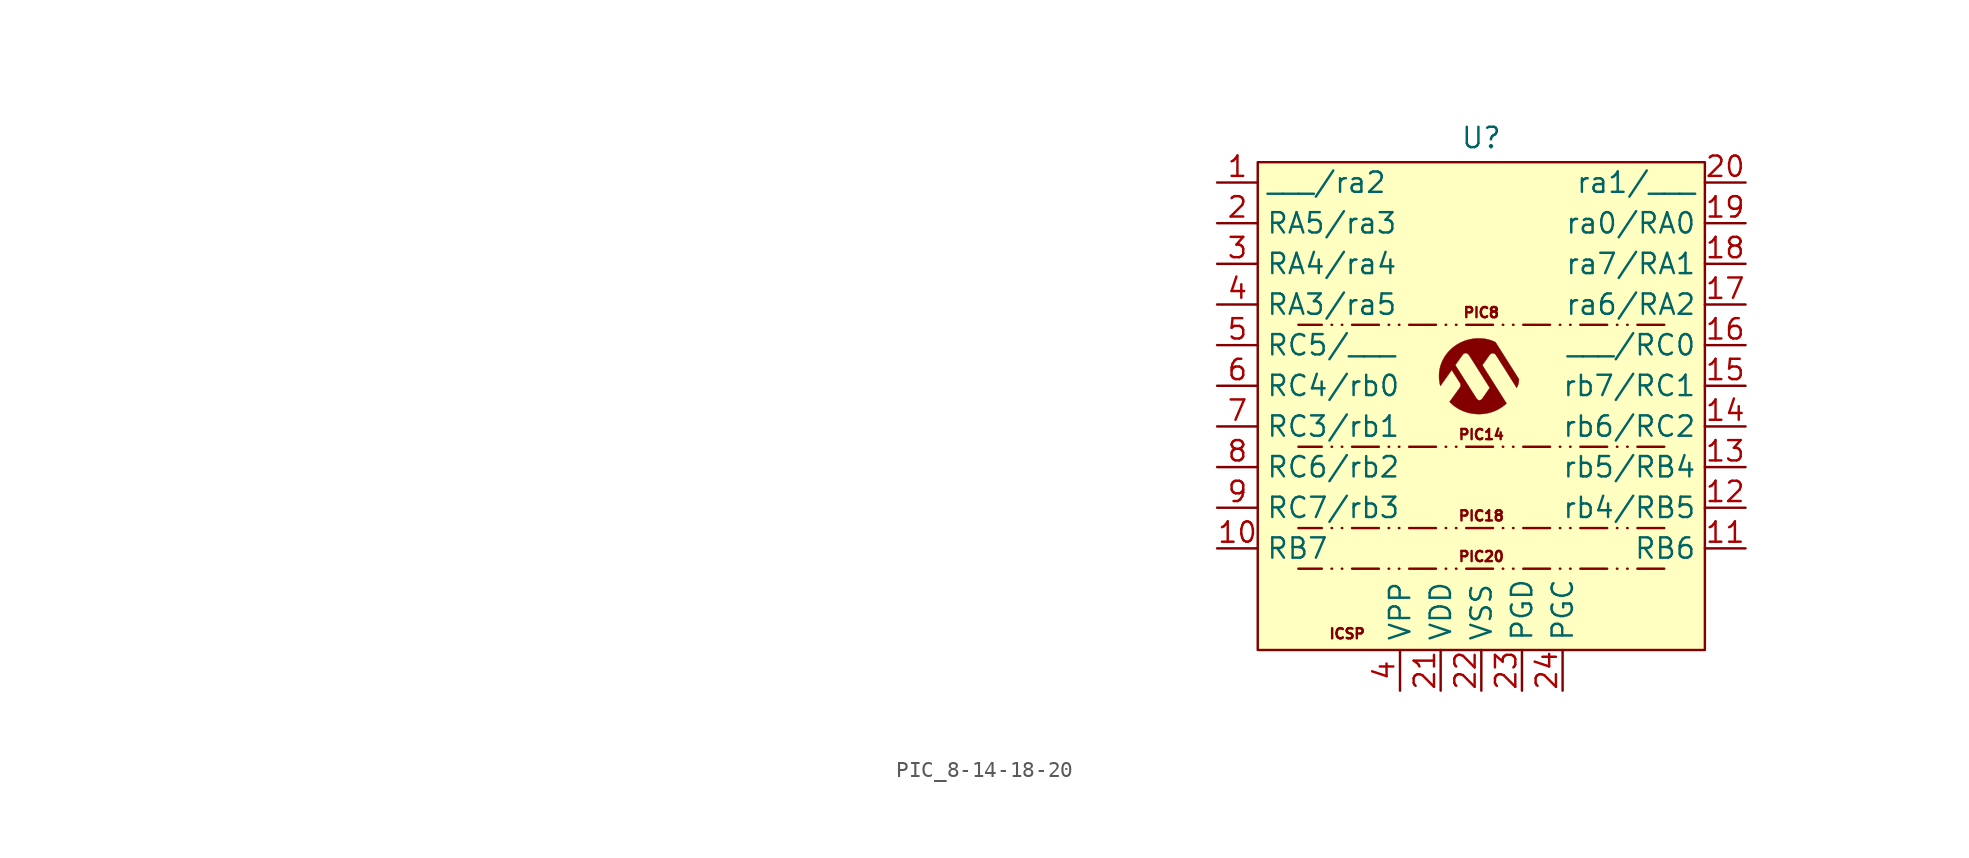
<source format=kicad_sym>
(kicad_symbol_lib
  (version 20241209)
  (generator "kicad_symbol_editor")
  (generator_version "9.0")
  (symbol "PIC_8-14-18-20"
    (property "Reference" "U"
      (at 0 10.414 0)
      (effects (font (size 1.27 1.27))))
    (property "Value" ""
      (at -78.74 -17.78 0)
      (effects (font (size 1.27 1.27))))
    (symbol "PIC_8-14-18-20_0_0"
      (polyline (pts (xy -0.028 -6.847) (xy 0.077 -6.84) (xy 0.179 -6.83) (xy 0.186 -6.829) (xy 0.311 -6.81) (xy 0.434 -6.785) (xy 0.556 -6.754) (xy 0.675 -6.717) (xy 0.792 -6.675) (xy 0.906 -6.626) (xy 1.019 -6.572) (xy 1.128 -6.512) (xy 1.235 -6.447) (xy 1.338 -6.376) (xy 1.439 -6.299) (xy 1.448 -6.292) (xy 1.463 -6.279) (xy 1.479 -6.266) (xy 1.496 -6.252) (xy 1.513 -6.237) (xy 1.529 -6.223) (xy 1.543 -6.21) (xy 1.556 -6.199) (xy 1.566 -6.19) (xy 1.573 -6.184) (xy 1.575 -6.181) (xy 1.574 -6.179) (xy 1.571 -6.174) (xy 1.569 -6.173) (xy 1.565 -6.166) (xy 1.558 -6.155) (xy 1.548 -6.14) (xy 1.537 -6.122) (xy 1.524 -6.101) (xy 1.509 -6.078) (xy 1.494 -6.054) (xy 1.479 -6.031) (xy 1.458 -5.998) (xy 1.436 -5.962) (xy 1.412 -5.925) (xy 1.389 -5.889) (xy 1.368 -5.855) (xy 1.349 -5.824) (xy 1.335 -5.802) (xy 1.314 -5.77) (xy 1.292 -5.735) (xy 1.27 -5.7) (xy 1.248 -5.665) (xy 1.228 -5.633) (xy 1.21 -5.605) (xy 1.209 -5.603) (xy 1.195 -5.581) (xy 1.178 -5.555) (xy 1.159 -5.524) (xy 1.138 -5.491) (xy 1.116 -5.456) (xy 1.093 -5.42) (xy 1.07 -5.383) (xy 1.047 -5.347) (xy 1.025 -5.312) (xy 1.006 -5.284) (xy 0.982 -5.245) (xy 0.956 -5.204) (xy 0.93 -5.162) (xy 0.903 -5.12) (xy 0.878 -5.08) (xy 0.854 -5.042) (xy 0.831 -5.006) (xy 0.812 -4.976) (xy 0.792 -4.944) (xy 0.768 -4.907) (xy 0.743 -4.867) (xy 0.716 -4.825) (xy 0.69 -4.783) (xy 0.664 -4.742) (xy 0.639 -4.703) (xy 0.617 -4.668) (xy 0.616 -4.666) (xy 0.594 -4.631) (xy 0.571 -4.594) (xy 0.546 -4.555) (xy 0.521 -4.516) (xy 0.496 -4.477) (xy 0.473 -4.44) (xy 0.452 -4.407) (xy 0.433 -4.377) (xy 0.418 -4.354) (xy 0.4 -4.325) (xy 0.379 -4.292) (xy 0.357 -4.256) (xy 0.333 -4.218) (xy 0.307 -4.178) (xy 0.282 -4.138) (xy 0.256 -4.097) (xy 0.231 -4.057) (xy 0.207 -4.019) (xy 0.064 -3.793) (xy 0.134 -3.695) (xy 0.182 -3.628) (xy 0.227 -3.565) (xy 0.268 -3.506) (xy 0.308 -3.451) (xy 0.345 -3.398) (xy 0.38 -3.348) (xy 0.415 -3.299) (xy 0.448 -3.252) (xy 0.455 -3.243) (xy 0.47 -3.221) (xy 0.485 -3.2) (xy 0.499 -3.181) (xy 0.512 -3.164) (xy 0.522 -3.152) (xy 0.529 -3.143) (xy 0.557 -3.113) (xy 0.588 -3.087) (xy 0.62 -3.067) (xy 0.652 -3.053) (xy 0.684 -3.044) (xy 0.716 -3.042) (xy 0.748 -3.046) (xy 0.748 -3.046) (xy 0.77 -3.053) (xy 0.793 -3.062) (xy 0.817 -3.074) (xy 0.837 -3.087) (xy 0.847 -3.095) (xy 0.864 -3.11) (xy 0.881 -3.127) (xy 0.899 -3.145) (xy 0.914 -3.163) (xy 0.915 -3.165) (xy 0.918 -3.169) (xy 0.922 -3.175) (xy 0.927 -3.182) (xy 0.934 -3.191) (xy 0.941 -3.202) (xy 0.949 -3.215) (xy 0.959 -3.23) (xy 0.971 -3.247) (xy 0.983 -3.267) (xy 0.998 -3.289) (xy 1.014 -3.314) (xy 1.032 -3.342) (xy 1.051 -3.373) (xy 1.073 -3.408) (xy 1.097 -3.445) (xy 1.123 -3.486) (xy 1.151 -3.53) (xy 1.182 -3.579) (xy 1.215 -3.631) (xy 1.25 -3.687) (xy 1.289 -3.747) (xy 1.329 -3.812) (xy 1.373 -3.881) (xy 1.42 -3.955) (xy 1.47 -4.034) (xy 1.522 -4.117) (xy 1.578 -4.206) (xy 1.637 -4.299) (xy 1.671 -4.353) (xy 1.722 -4.434) (xy 1.77 -4.51) (xy 1.815 -4.58) (xy 1.856 -4.646) (xy 1.895 -4.707) (xy 1.931 -4.764) (xy 1.964 -4.817) (xy 1.994 -4.865) (xy 2.022 -4.909) (xy 2.048 -4.949) (xy 2.071 -4.986) (xy 2.092 -5.019) (xy 2.11 -5.049) (xy 2.127 -5.075) (xy 2.141 -5.098) (xy 2.154 -5.119) (xy 2.165 -5.136) (xy 2.174 -5.151) (xy 2.182 -5.163) (xy 2.188 -5.173) (xy 2.193 -5.18) (xy 2.202 -5.194) (xy 2.209 -5.205) (xy 2.214 -5.21) (xy 2.216 -5.21) (xy 2.217 -5.206) (xy 2.221 -5.197) (xy 2.227 -5.184) (xy 2.234 -5.168) (xy 2.242 -5.148) (xy 2.251 -5.128) (xy 2.252 -5.127) (xy 2.266 -5.093) (xy 2.279 -5.064) (xy 2.289 -5.039) (xy 2.297 -5.017) (xy 2.304 -4.998) (xy 2.311 -4.979) (xy 2.316 -4.961) (xy 2.319 -4.95) (xy 2.331 -4.9) (xy 2.34 -4.845) (xy 2.347 -4.785) (xy 2.352 -4.72) (xy 2.354 -4.671) (xy 2.34 -4.649) (xy 2.338 -4.647) (xy 2.333 -4.639) (xy 2.325 -4.627) (xy 2.315 -4.61) (xy 2.302 -4.59) (xy 2.287 -4.567) (xy 2.271 -4.541) (xy 2.253 -4.513) (xy 2.234 -4.483) (xy 2.215 -4.453) (xy 2.195 -4.422) (xy 2.176 -4.391) (xy 2.157 -4.361) (xy 2.138 -4.332) (xy 2.121 -4.304) (xy 2.105 -4.279) (xy 2.09 -4.256) (xy 2.078 -4.236) (xy 2.071 -4.225) (xy 2.058 -4.205) (xy 2.045 -4.184) (xy 2.031 -4.162) (xy 2.018 -4.141) (xy 2.01 -4.128) (xy 1.998 -4.111) (xy 1.985 -4.089) (xy 1.969 -4.064) (xy 1.952 -4.038) (xy 1.934 -4.009) (xy 1.916 -3.981) (xy 1.898 -3.952) (xy 1.886 -3.934) (xy 1.872 -3.911) (xy 1.857 -3.888) (xy 1.843 -3.865) (xy 1.828 -3.842) (xy 1.813 -3.818) (xy 1.797 -3.793) (xy 1.78 -3.766) (xy 1.762 -3.737) (xy 1.742 -3.706) (xy 1.721 -3.672) (xy 1.697 -3.635) (xy 1.671 -3.593) (xy 1.642 -3.548) (xy 1.61 -3.498) (xy 1.576 -3.444) (xy 1.575 -3.443) (xy 1.558 -3.416) (xy 1.54 -3.388) (xy 1.522 -3.36) (xy 1.505 -3.333) (xy 1.49 -3.308) (xy 1.476 -3.286) (xy 1.465 -3.268) (xy 1.463 -3.266) (xy 1.454 -3.252) (xy 1.442 -3.233) (xy 1.428 -3.21) (xy 1.411 -3.184) (xy 1.393 -3.155) (xy 1.373 -3.123) (xy 1.351 -3.089) (xy 1.329 -3.054) (xy 1.307 -3.019) (xy 1.284 -2.983) (xy 1.261 -2.947) (xy 1.225 -2.89) (xy 1.192 -2.837) (xy 1.161 -2.789) (xy 1.133 -2.745) (xy 1.108 -2.706) (xy 1.086 -2.67) (xy 1.065 -2.637) (xy 1.046 -2.608) (xy 1.03 -2.581) (xy 1.014 -2.557) (xy 1.001 -2.535) (xy 0.988 -2.515) (xy 0.977 -2.497) (xy 0.966 -2.481) (xy 0.956 -2.465) (xy 0.947 -2.45) (xy 0.938 -2.436) (xy 0.934 -2.43) (xy 0.922 -2.411) (xy 0.91 -2.393) (xy 0.9 -2.377) (xy 0.892 -2.365) (xy 0.887 -2.357) (xy 0.884 -2.353) (xy 0.884 -2.353) (xy 0.879 -2.349) (xy 0.868 -2.344) (xy 0.853 -2.337) (xy 0.834 -2.328) (xy 0.813 -2.319) (xy 0.789 -2.309) (xy 0.763 -2.298) (xy 0.737 -2.287) (xy 0.711 -2.277) (xy 0.685 -2.267) (xy 0.661 -2.257) (xy 0.638 -2.249) (xy 0.619 -2.242) (xy 0.608 -2.238) (xy 0.586 -2.231) (xy 0.561 -2.223) (xy 0.534 -2.215) (xy 0.507 -2.207) (xy 0.481 -2.199) (xy 0.459 -2.193) (xy 0.44 -2.188) (xy 0.437 -2.187) (xy 0.399 -2.178) (xy 0.356 -2.169) (xy 0.31 -2.16) (xy 0.263 -2.152) (xy 0.216 -2.144) (xy 0.17 -2.138) (xy 0.129 -2.133) (xy 0.119 -2.132) (xy 0.093 -2.129) (xy 0.07 -2.127) (xy 0.049 -2.125) (xy 0.028 -2.124) (xy 0.008 -2.123) (xy -0.013 -2.122) (xy -0.037 -2.121) (xy -0.062 -2.121) (xy -0.092 -2.12) (xy -0.126 -2.12) (xy -0.165 -2.12) (xy -0.185 -2.12) (xy -0.22 -2.12) (xy -0.25 -2.12) (xy -0.275 -2.121) (xy -0.297 -2.121) (xy -0.316 -2.122) (xy -0.333 -2.122) (xy -0.349 -2.123) (xy -0.364 -2.124) (xy -0.38 -2.126) (xy -0.398 -2.127) (xy -0.459 -2.134) (xy -0.589 -2.153) (xy -0.715 -2.177) (xy -0.839 -2.207) (xy -0.96 -2.243) (xy -1.079 -2.284) (xy -1.195 -2.331) (xy -1.308 -2.384) (xy -1.419 -2.443) (xy -1.527 -2.507) (xy -1.577 -2.54) (xy -1.677 -2.609) (xy -1.773 -2.684) (xy -1.865 -2.763) (xy -1.953 -2.846) (xy -2.037 -2.932) (xy -2.115 -3.023) (xy -2.189 -3.116) (xy -2.257 -3.213) (xy -2.32 -3.313) (xy -2.366 -3.393) (xy -2.421 -3.501) (xy -2.47 -3.61) (xy -2.513 -3.72) (xy -2.536 -3.791) (xy -1.622 -3.791) (xy -1.621 -3.788) (xy -1.62 -3.783) (xy -1.616 -3.777) (xy -1.611 -3.768) (xy -1.603 -3.756) (xy -1.592 -3.74) (xy -1.579 -3.721) (xy -1.562 -3.697) (xy -1.553 -3.686) (xy -1.535 -3.659) (xy -1.513 -3.629) (xy -1.49 -3.597) (xy -1.466 -3.562) (xy -1.44 -3.526) (xy -1.414 -3.489) (xy -1.388 -3.452) (xy -1.362 -3.416) (xy -1.337 -3.38) (xy -1.313 -3.347) (xy -1.292 -3.316) (xy -1.272 -3.288) (xy -1.255 -3.265) (xy -1.242 -3.245) (xy -1.236 -3.238) (xy -1.217 -3.21) (xy -1.2 -3.187) (xy -1.186 -3.167) (xy -1.173 -3.151) (xy -1.163 -3.138) (xy -1.153 -3.126) (xy -1.143 -3.116) (xy -1.134 -3.107) (xy -1.124 -3.099) (xy -1.113 -3.09) (xy -1.084 -3.069) (xy -1.052 -3.051) (xy -1.02 -3.04) (xy -0.987 -3.036) (xy -0.954 -3.037) (xy -0.921 -3.045) (xy -0.888 -3.059) (xy -0.885 -3.06) (xy -0.862 -3.074) (xy -0.837 -3.093) (xy -0.812 -3.116) (xy -0.788 -3.141) (xy -0.767 -3.166) (xy -0.767 -3.167) (xy -0.762 -3.174) (xy -0.754 -3.186) (xy -0.743 -3.203) (xy -0.729 -3.224) (xy -0.712 -3.252) (xy -0.691 -3.283) (xy -0.668 -3.321) (xy -0.641 -3.363) (xy -0.611 -3.41) (xy -0.578 -3.462) (xy -0.541 -3.519) (xy -0.501 -3.582) (xy -0.458 -3.65) (xy -0.412 -3.723) (xy -0.363 -3.801) (xy -0.31 -3.884) (xy -0.254 -3.973) (xy -0.195 -4.066) (xy -0.133 -4.165) (xy -0.067 -4.269) (xy 0.002 -4.379) (xy 0.075 -4.494) (xy 0.15 -4.614) (xy 0.23 -4.739) (xy 0.312 -4.87) (xy 0.327 -4.894) (xy 0.346 -4.924) (xy 0.367 -4.957) (xy 0.389 -4.991) (xy 0.41 -5.026) (xy 0.431 -5.058) (xy 0.45 -5.088) (xy 0.46 -5.104) (xy 0.475 -5.128) (xy 0.488 -5.15) (xy 0.5 -5.169) (xy 0.51 -5.185) (xy 0.517 -5.198) (xy 0.522 -5.206) (xy 0.523 -5.21) (xy 0.523 -5.21) (xy 0.522 -5.212) (xy 0.519 -5.218) (xy 0.514 -5.226) (xy 0.506 -5.238) (xy 0.496 -5.253) (xy 0.484 -5.271) (xy 0.469 -5.293) (xy 0.451 -5.319) (xy 0.431 -5.349) (xy 0.407 -5.383) (xy 0.381 -5.421) (xy 0.352 -5.463) (xy 0.319 -5.511) (xy 0.283 -5.562) (xy 0.244 -5.619) (xy 0.201 -5.681) (xy 0.193 -5.692) (xy 0.175 -5.719) (xy 0.157 -5.745) (xy 0.14 -5.769) (xy 0.125 -5.79) (xy 0.113 -5.809) (xy 0.102 -5.824) (xy 0.094 -5.835) (xy 0.09 -5.842) (xy 0.078 -5.859) (xy 0.051 -5.893) (xy 0.022 -5.922) (xy -0.007 -5.947) (xy -0.036 -5.966) (xy -0.066 -5.979) (xy -0.094 -5.987) (xy -0.104 -5.989) (xy -0.115 -5.99) (xy -0.121 -5.99) (xy -0.14 -5.988) (xy -0.169 -5.98) (xy -0.197 -5.969) (xy -0.201 -5.967) (xy -0.229 -5.949) (xy -0.256 -5.925) (xy -0.283 -5.896) (xy -0.309 -5.862) (xy -0.334 -5.823) (xy -0.334 -5.822) (xy -0.341 -5.811) (xy -0.35 -5.797) (xy -0.361 -5.779) (xy -0.373 -5.76) (xy -0.385 -5.742) (xy -0.389 -5.736) (xy -0.401 -5.717) (xy -0.415 -5.694) (xy -0.431 -5.67) (xy -0.447 -5.644) (xy -0.464 -5.617) (xy -0.48 -5.592) (xy -0.482 -5.588) (xy -0.496 -5.566) (xy -0.513 -5.54) (xy -0.532 -5.51) (xy -0.552 -5.478) (xy -0.573 -5.445) (xy -0.595 -5.411) (xy -0.616 -5.378) (xy -0.636 -5.346) (xy -0.654 -5.317) (xy -0.678 -5.28) (xy -0.704 -5.24) (xy -0.73 -5.198) (xy -0.756 -5.157) (xy -0.781 -5.117) (xy -0.805 -5.08) (xy -0.826 -5.047) (xy -0.832 -5.037) (xy -0.851 -5.008) (xy -0.872 -4.974) (xy -0.896 -4.936) (xy -0.921 -4.897) (xy -0.947 -4.856) (xy -0.973 -4.814) (xy -1 -4.774) (xy -1.025 -4.734) (xy -1.049 -4.696) (xy -1.069 -4.664) (xy -1.09 -4.631) (xy -1.111 -4.598) (xy -1.131 -4.567) (xy -1.149 -4.538) (xy -1.165 -4.512) (xy -1.18 -4.489) (xy -1.192 -4.47) (xy -1.202 -4.455) (xy -1.208 -4.445) (xy -1.214 -4.436) (xy -1.222 -4.422) (xy -1.234 -4.404) (xy -1.248 -4.382) (xy -1.265 -4.356) (xy -1.283 -4.327) (xy -1.303 -4.295) (xy -1.324 -4.262) (xy -1.347 -4.227) (xy -1.37 -4.19) (xy -1.393 -4.154) (xy -1.417 -4.116) (xy -1.44 -4.08) (xy -1.463 -4.043) (xy -1.485 -4.009) (xy -1.506 -3.976) (xy -1.526 -3.945) (xy -1.544 -3.916) (xy -1.56 -3.891) (xy -1.573 -3.87) (xy -1.585 -3.852) (xy -1.596 -3.834) (xy -1.606 -3.818) (xy -1.613 -3.805) (xy -1.619 -3.796) (xy -1.621 -3.792) (xy -1.622 -3.791) (xy -2.536 -3.791) (xy -2.55 -3.833) (xy -2.581 -3.947) (xy -2.606 -4.064) (xy -2.624 -4.182) (xy -2.637 -4.302) (xy -2.639 -4.324) (xy -2.64 -4.352) (xy -2.64 -4.384) (xy -2.641 -4.419) (xy -2.641 -4.456) (xy -2.641 -4.494) (xy -2.64 -4.532) (xy -2.64 -4.569) (xy -2.639 -4.603) (xy -2.637 -4.635) (xy -2.636 -4.662) (xy -2.634 -4.684) (xy -2.626 -4.755) (xy -2.615 -4.833) (xy -2.602 -4.908) (xy -2.587 -4.981) (xy -2.568 -5.056) (xy -2.565 -5.069) (xy -2.562 -5.08) (xy -2.559 -5.086) (xy -2.558 -5.089) (xy -2.556 -5.088) (xy -2.554 -5.086) (xy -2.552 -5.083) (xy -2.546 -5.075) (xy -2.537 -5.063) (xy -2.526 -5.046) (xy -2.511 -5.026) (xy -2.494 -5.002) (xy -2.475 -4.975) (xy -2.454 -4.945) (xy -2.431 -4.913) (xy -2.406 -4.879) (xy -2.381 -4.843) (xy -2.354 -4.805) (xy -2.326 -4.766) (xy -2.298 -4.727) (xy -2.269 -4.687) (xy -2.241 -4.646) (xy -2.212 -4.607) (xy -2.184 -4.567) (xy -2.157 -4.529) (xy -2.13 -4.492) (xy -2.105 -4.456) (xy -2.081 -4.423) (xy -2.059 -4.391) (xy -2.038 -4.362) (xy -2.02 -4.337) (xy -2.004 -4.314) (xy -1.99 -4.295) (xy -1.979 -4.28) (xy -1.972 -4.269) (xy -1.971 -4.269) (xy -1.956 -4.247) (xy -1.938 -4.223) (xy -1.921 -4.198) (xy -1.904 -4.175) (xy -1.89 -4.155) (xy -1.886 -4.149) (xy -1.874 -4.133) (xy -1.865 -4.12) (xy -1.857 -4.109) (xy -1.851 -4.102) (xy -1.849 -4.099) (xy -1.847 -4.101) (xy -1.841 -4.109) (xy -1.833 -4.12) (xy -1.823 -4.135) (xy -1.811 -4.154) (xy -1.797 -4.176) (xy -1.782 -4.199) (xy -1.766 -4.225) (xy -1.74 -4.264) (xy -1.698 -4.331) (xy -1.658 -4.393) (xy -1.622 -4.45) (xy -1.589 -4.503) (xy -1.558 -4.551) (xy -1.53 -4.595) (xy -1.505 -4.634) (xy -1.482 -4.67) (xy -1.462 -4.702) (xy -1.443 -4.73) (xy -1.427 -4.755) (xy -1.413 -4.777) (xy -1.401 -4.796) (xy -1.391 -4.812) (xy -1.382 -4.826) (xy -1.374 -4.837) (xy -1.368 -4.846) (xy -1.363 -4.853) (xy -1.36 -4.858) (xy -1.357 -4.862) (xy -1.347 -4.876) (xy -1.328 -4.909) (xy -1.312 -4.943) (xy -1.3 -4.978) (xy -1.293 -5.013) (xy -1.29 -5.046) (xy -1.292 -5.077) (xy -1.293 -5.082) (xy -1.297 -5.103) (xy -1.304 -5.125) (xy -1.312 -5.146) (xy -1.32 -5.162) (xy -1.32 -5.163) (xy -1.323 -5.168) (xy -1.329 -5.176) (xy -1.336 -5.187) (xy -1.345 -5.2) (xy -1.357 -5.217) (xy -1.372 -5.238) (xy -1.389 -5.262) (xy -1.41 -5.291) (xy -1.434 -5.324) (xy -1.461 -5.362) (xy -1.464 -5.366) (xy -1.48 -5.387) (xy -1.496 -5.41) (xy -1.512 -5.432) (xy -1.527 -5.452) (xy -1.539 -5.469) (xy -1.544 -5.476) (xy -1.551 -5.485) (xy -1.558 -5.496) (xy -1.567 -5.508) (xy -1.577 -5.522) (xy -1.589 -5.538) (xy -1.602 -5.556) (xy -1.618 -5.578) (xy -1.635 -5.602) (xy -1.655 -5.63) (xy -1.678 -5.661) (xy -1.703 -5.696) (xy -1.731 -5.734) (xy -1.762 -5.778) (xy -1.797 -5.826) (xy -1.835 -5.878) (xy -1.84 -5.884) (xy -1.855 -5.906) (xy -1.872 -5.928) (xy -1.888 -5.95) (xy -1.902 -5.971) (xy -1.914 -5.987) (xy -1.922 -5.997) (xy -1.934 -6.015) (xy -1.947 -6.032) (xy -1.958 -6.047) (xy -1.966 -6.058) (xy -1.985 -6.083) (xy -1.965 -6.104) (xy -1.949 -6.12) (xy -1.901 -6.168) (xy -1.848 -6.216) (xy -1.792 -6.264) (xy -1.735 -6.311) (xy -1.678 -6.355) (xy -1.63 -6.39) (xy -1.528 -6.458) (xy -1.425 -6.521) (xy -1.318 -6.578) (xy -1.207 -6.63) (xy -1.138 -6.66) (xy -1.023 -6.703) (xy -0.904 -6.742) (xy -0.784 -6.774) (xy -0.661 -6.801) (xy -0.537 -6.822) (xy -0.411 -6.838) (xy -0.285 -6.847) (xy -0.237 -6.849) (xy -0.133 -6.85) (xy -0.028 -6.847)) (stroke (width 0.01) (type default)) (fill (type outline))))
    (symbol "PIC_8-14-18-20_1_1"
      (rectangle (start -13.97 8.89) (end 13.97 -21.59) (stroke (width 0) (type solid)) (fill (type background)))
      (polyline (pts (xy 11.43 -1.27) (xy -11.43 -1.27)) (stroke (width 0) (type dash_dot_dot)) (fill (type none)))
      (polyline (pts (xy 11.43 -8.89) (xy -11.43 -8.89)) (stroke (width 0) (type dash_dot_dot)) (fill (type none)))
      (polyline (pts (xy 11.43 -13.97) (xy -11.43 -13.97)) (stroke (width 0) (type dash_dot_dot)) (fill (type none)))
      (polyline (pts (xy 11.43 -16.51) (xy -11.43 -16.51)) (stroke (width 0) (type dash_dot_dot)) (fill (type none)))
      (text "ICSP" (at -8.382 -20.574 0) (effects (font (size 0.635 0.635))))
      (text "PIC8" (at 0 -0.508 0) (effects (font (size 0.635 0.635))))
      (text "PIC14" (at 0 -8.128 0) (effects (font (size 0.635 0.635))))
      (text "PIC18" (at 0 -13.208 0) (effects (font (size 0.635 0.635))))
      (text "PIC20" (at 0 -15.748 0) (effects (font (size 0.635 0.635))))
      (pin power_in line (at -16.51 7.62 0) (length 2.54) (name "___/ra2" (effects (font (size 1.27 1.27)))) (number "1" (effects (font (size 1.27 1.27)))))
      (pin bidirectional line (at -16.51 5.08 0) (length 2.54) (name "RA5/ra3" (effects (font (size 1.27 1.27)))) (number "2" (effects (font (size 1.27 1.27)))))
      (pin bidirectional line (at -16.51 2.54 0) (length 2.54) (name "RA4/ra4" (effects (font (size 1.27 1.27)))) (number "3" (effects (font (size 1.27 1.27)))))
      (pin bidirectional line (at -16.51 0 0) (length 2.54) (name "RA3/ra5" (effects (font (size 1.27 1.27)))) (number "4" (effects (font (size 1.27 1.27)))))
      (pin bidirectional line (at -16.51 -2.54 0) (length 2.54) (name "RC5/___" (effects (font (size 1.27 1.27)))) (number "5" (effects (font (size 1.27 1.27)))))
      (pin bidirectional line (at -16.51 -5.08 0) (length 2.54) (name "RC4/rb0" (effects (font (size 1.27 1.27)))) (number "6" (effects (font (size 1.27 1.27)))))
      (pin bidirectional line (at -16.51 -7.62 0) (length 2.54) (name "RC3/rb1" (effects (font (size 1.27 1.27)))) (number "7" (effects (font (size 1.27 1.27)))))
      (pin bidirectional line (at -16.51 -10.16 0) (length 2.54) (name "RC6/rb2" (effects (font (size 1.27 1.27)))) (number "8" (effects (font (size 1.27 1.27)))))
      (pin bidirectional line (at -16.51 -12.7 0) (length 2.54) (name "RC7/rb3" (effects (font (size 1.27 1.27)))) (number "9" (effects (font (size 1.27 1.27)))))
      (pin bidirectional line (at -16.51 -15.24 0) (length 2.54) (name "RB7" (effects (font (size 1.27 1.27)))) (number "10" (effects (font (size 1.27 1.27)))))
      (pin bidirectional line (at -5.08 -24.13 90) (length 2.54) (name "VPP" (effects (font (size 1.27 1.27)))) (number "4" (effects (font (size 1.27 1.27)))))
      (pin power_in line (at -2.54 -24.13 90) (length 2.54) (name "VDD" (effects (font (size 1.27 1.27)))) (number "21" (effects (font (size 1.27 1.27)))))
      (pin power_in line (at 0 -24.13 90) (length 2.54) (name "VSS" (effects (font (size 1.27 1.27)))) (number "22" (effects (font (size 1.27 1.27)))))
      (pin bidirectional line (at 2.54 -24.13 90) (length 2.54) (name "PGD" (effects (font (size 1.27 1.27)))) (number "23" (effects (font (size 1.27 1.27)))))
      (pin bidirectional line (at 5.08 -24.13 90) (length 2.54) (name "PGC" (effects (font (size 1.27 1.27)))) (number "24" (effects (font (size 1.27 1.27)))))
      (pin power_in line (at 16.51 7.62 180) (length 2.54) (name "ra1/___" (effects (font (size 1.27 1.27)))) (number "20" (effects (font (size 1.27 1.27)))))
      (pin bidirectional line (at 16.51 5.08 180) (length 2.54) (name "ra0/RA0" (effects (font (size 1.27 1.27)))) (number "19" (effects (font (size 1.27 1.27)))))
      (pin bidirectional line (at 16.51 2.54 180) (length 2.54) (name "ra7/RA1" (effects (font (size 1.27 1.27)))) (number "18" (effects (font (size 1.27 1.27)))))
      (pin bidirectional line (at 16.51 0 180) (length 2.54) (name "ra6/RA2" (effects (font (size 1.27 1.27)))) (number "17" (effects (font (size 1.27 1.27)))))
      (pin bidirectional line (at 16.51 -2.54 180) (length 2.54) (name "___/RC0" (effects (font (size 1.27 1.27)))) (number "16" (effects (font (size 1.27 1.27)))))
      (pin bidirectional line (at 16.51 -5.08 180) (length 2.54) (name "rb7/RC1" (effects (font (size 1.27 1.27)))) (number "15" (effects (font (size 1.27 1.27)))))
      (pin bidirectional line (at 16.51 -7.62 180) (length 2.54) (name "rb6/RC2" (effects (font (size 1.27 1.27)))) (number "14" (effects (font (size 1.27 1.27)))))
      (pin bidirectional line (at 16.51 -10.16 180) (length 2.54) (name "rb5/RB4" (effects (font (size 1.27 1.27)))) (number "13" (effects (font (size 1.27 1.27)))))
      (pin bidirectional line (at 16.51 -12.7 180) (length 2.54) (name "rb4/RB5" (effects (font (size 1.27 1.27)))) (number "12" (effects (font (size 1.27 1.27)))))
      (pin bidirectional line (at 16.51 -15.24 180) (length 2.54) (name "RB6" (effects (font (size 1.27 1.27)))) (number "11" (effects (font (size 1.27 1.27))))))))
</source>
